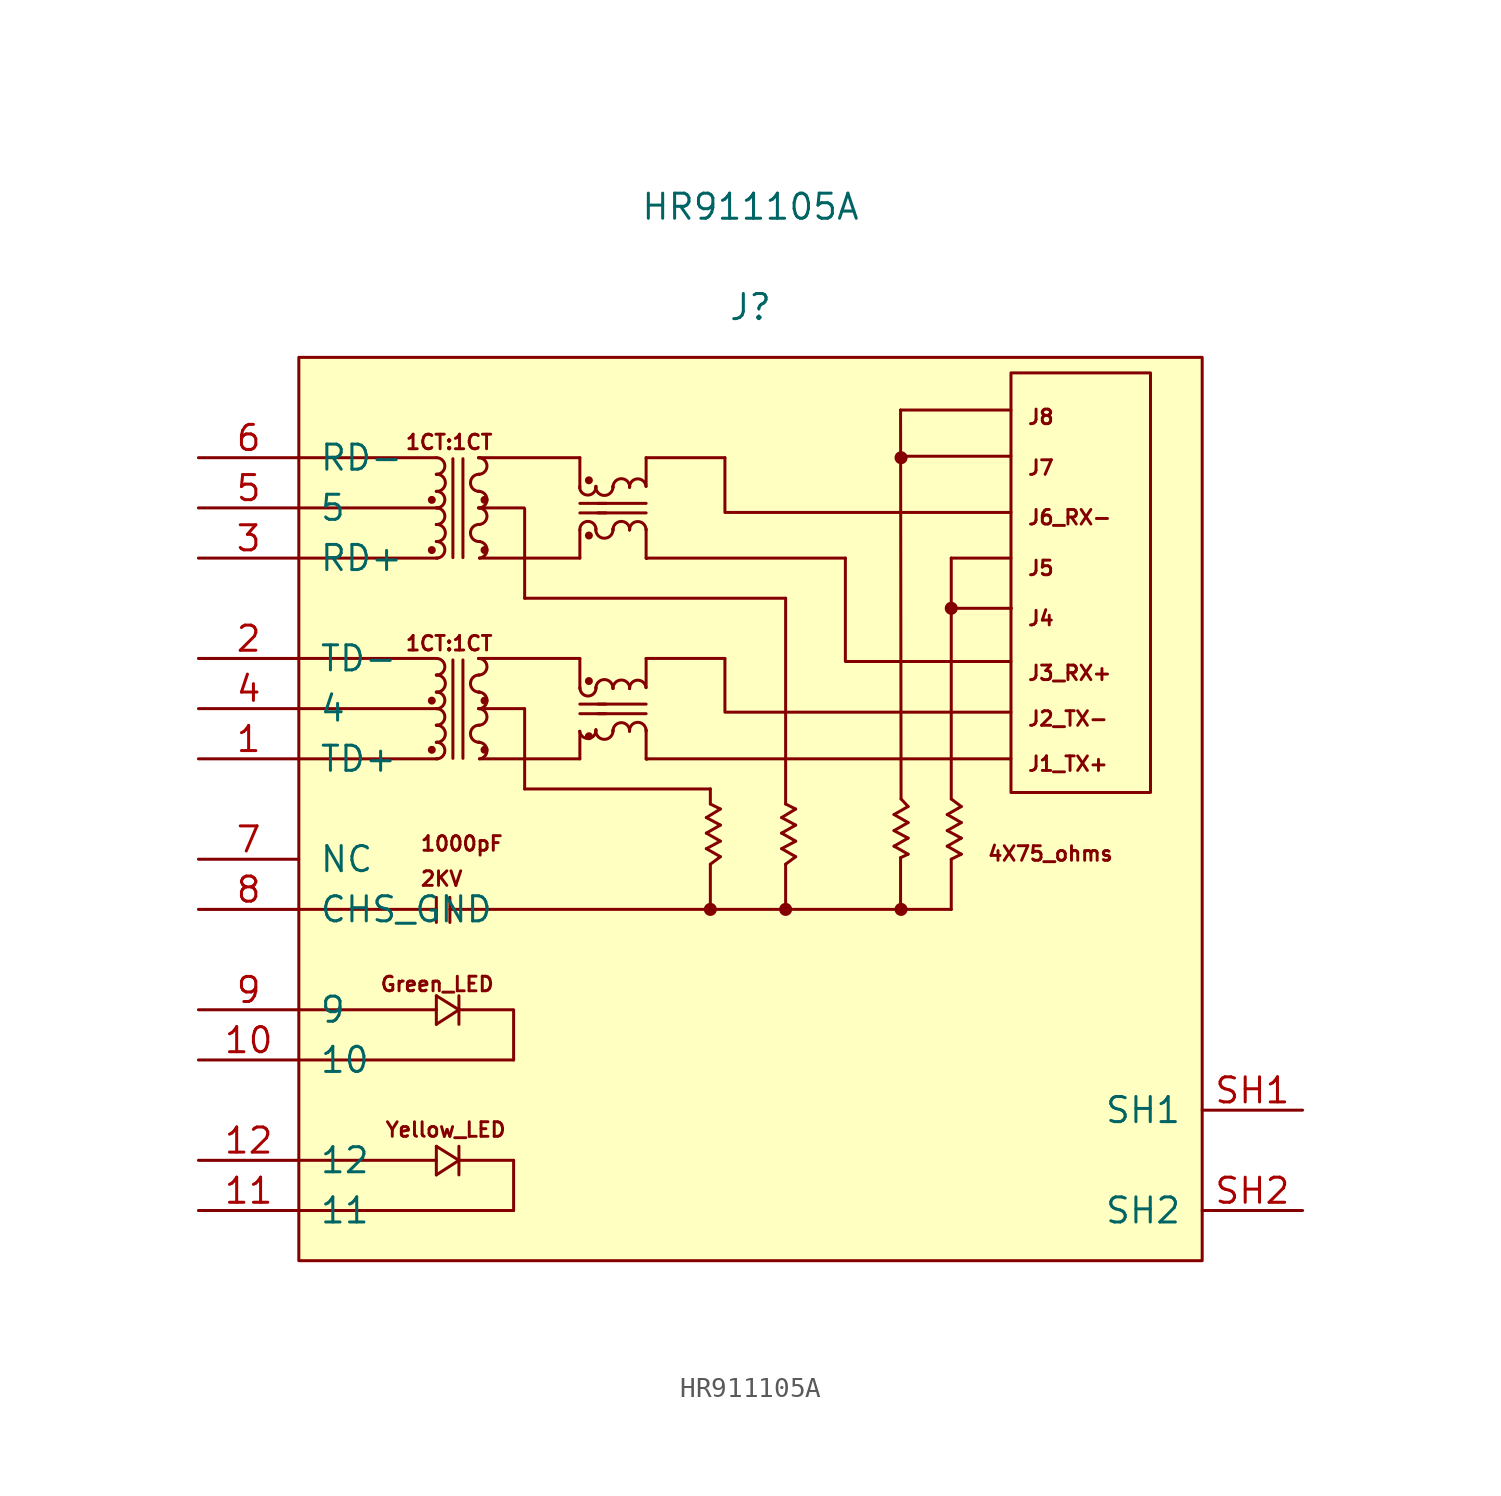
<source format=kicad_sym>
(kicad_symbol_lib
  (version 20220914)
  (generator kicad_symbol_editor)
  (symbol "HR911105A"
    (pin_names
      (offset 1.016))
    (property "Reference" "J"
      (at 0 25.4 0)
      (effects (font (size 1.27 1.27))))
    (property "Value" "HR911105A"
      (at 0 30.48 0)
      (effects (font (size 1.27 1.27))))
    (symbol "HR911105A_1_1"
      (rectangle (start -22.86 22.86) (end 22.86 -22.86) (stroke (width 0.152) (type solid)) (fill (type background)))
      (circle (center -16.129 2.997) (radius 0.127) (stroke (width 0.152) (type solid)) (fill (type outline)))
      (circle (center -16.129 5.486) (radius 0.127) (stroke (width 0.152) (type solid)) (fill (type outline)))
      (circle (center -16.129 13.106) (radius 0.127) (stroke (width 0.152) (type solid)) (fill (type outline)))
      (circle (center -16.129 15.646) (radius 0.127) (stroke (width 0.152) (type solid)) (fill (type outline)))
      (arc (start -15.9004 2.54) (mid -15.875 2.5392) (end -15.8496 2.54) (stroke (width 0.1524) (type solid)) (fill (type none)))
      (arc (start -15.9004 3.3782) (mid -15.875 3.3775) (end -15.8496 3.3782) (stroke (width 0.1524) (type solid)) (fill (type none)))
      (arc (start -15.9004 4.2418) (mid -15.875 4.241) (end -15.8496 4.2418) (stroke (width 0.1524) (type solid)) (fill (type none)))
      (arc (start -15.9004 5.08) (mid -15.875 5.0792) (end -15.8496 5.08) (stroke (width 0.1524) (type solid)) (fill (type none)))
      (arc (start -15.9004 5.9182) (mid -15.875 5.9175) (end -15.8496 5.9182) (stroke (width 0.1524) (type solid)) (fill (type none)))
      (arc (start -15.9004 6.7818) (mid -15.875 6.781) (end -15.8496 6.7818) (stroke (width 0.1524) (type solid)) (fill (type none)))
      (arc (start -15.9004 12.7) (mid -15.875 12.6992) (end -15.8496 12.7) (stroke (width 0.1524) (type solid)) (fill (type none)))
      (arc (start -15.9004 13.5382) (mid -15.875 13.5375) (end -15.8496 13.5382) (stroke (width 0.1524) (type solid)) (fill (type none)))
      (arc (start -15.9004 14.4018) (mid -15.875 14.401) (end -15.8496 14.4018) (stroke (width 0.1524) (type solid)) (fill (type none)))
      (arc (start -15.9004 15.24) (mid -15.875 15.2392) (end -15.8496 15.24) (stroke (width 0.1524) (type solid)) (fill (type none)))
      (arc (start -15.9004 16.0782) (mid -15.875 16.0775) (end -15.8496 16.0782) (stroke (width 0.1524) (type solid)) (fill (type none)))
      (arc (start -15.9004 16.9418) (mid -15.875 16.941) (end -15.8496 16.9418) (stroke (width 0.1524) (type solid)) (fill (type none)))
      (arc (start -15.8496 2.54) (mid -15.4686 2.9711) (end -15.9004 3.3782) (stroke (width 0.1524) (type solid)) (fill (type none)))
      (arc (start -15.8496 3.3782) (mid -15.445 3.8353) (end -15.9004 4.2418) (stroke (width 0.1524) (type solid)) (fill (type none)))
      (arc (start -15.8496 4.2418) (mid -15.4686 4.6729) (end -15.9004 5.08) (stroke (width 0.1524) (type solid)) (fill (type none)))
      (arc (start -15.8496 5.08) (mid -15.4686 5.5111) (end -15.9004 5.9182) (stroke (width 0.1524) (type solid)) (fill (type none)))
      (arc (start -15.8496 5.9182) (mid -15.445 6.3753) (end -15.9004 6.7818) (stroke (width 0.1524) (type solid)) (fill (type none)))
      (arc (start -15.8496 6.7818) (mid -15.4686 7.2129) (end -15.9004 7.62) (stroke (width 0.1524) (type solid)) (fill (type none)))
      (arc (start -15.8496 12.7) (mid -15.4686 13.1311) (end -15.9004 13.5382) (stroke (width 0.1524) (type solid)) (fill (type none)))
      (arc (start -15.8496 13.5382) (mid -15.445 13.9953) (end -15.9004 14.4018) (stroke (width 0.1524) (type solid)) (fill (type none)))
      (arc (start -15.8496 14.4018) (mid -15.4686 14.8329) (end -15.9004 15.24) (stroke (width 0.1524) (type solid)) (fill (type none)))
      (arc (start -15.8496 15.24) (mid -15.4686 15.6711) (end -15.9004 16.0782) (stroke (width 0.1524) (type solid)) (fill (type none)))
      (arc (start -15.8496 16.0782) (mid -15.445 16.5353) (end -15.9004 16.9418) (stroke (width 0.1524) (type solid)) (fill (type none)))
      (arc (start -15.8496 16.9418) (mid -15.4686 17.3729) (end -15.9004 17.78) (stroke (width 0.1524) (type solid)) (fill (type none)))
      (arc (start -13.7668 4.2418) (mid -14.1714 3.7847) (end -13.716 3.3782) (stroke (width 0.1524) (type solid)) (fill (type none)))
      (arc (start -13.7668 6.7818) (mid -14.1714 6.3247) (end -13.716 5.9182) (stroke (width 0.1524) (type solid)) (fill (type none)))
      (arc (start -13.7668 14.4018) (mid -14.1714 13.9447) (end -13.716 13.5382) (stroke (width 0.1524) (type solid)) (fill (type none)))
      (arc (start -13.7668 16.9418) (mid -14.1714 16.4847) (end -13.716 16.0782) (stroke (width 0.1524) (type solid)) (fill (type none)))
      (arc (start -13.716 2.54) (mid -13.335 2.9711) (end -13.7668 3.3782) (stroke (width 0.1524) (type solid)) (fill (type none)))
      (arc (start -13.716 3.3782) (mid -13.7414 3.3789) (end -13.7668 3.3782) (stroke (width 0.1524) (type solid)) (fill (type none)))
      (arc (start -13.716 4.2418) (mid -13.7414 4.2425) (end -13.7668 4.2418) (stroke (width 0.1524) (type solid)) (fill (type none)))
      (arc (start -13.716 4.2418) (mid -13.335 4.6729) (end -13.7668 5.08) (stroke (width 0.1524) (type solid)) (fill (type none)))
      (arc (start -13.716 5.08) (mid -13.7414 5.0807) (end -13.7668 5.08) (stroke (width 0.1524) (type solid)) (fill (type none)))
      (arc (start -13.716 5.08) (mid -13.335 5.5111) (end -13.7668 5.9182) (stroke (width 0.1524) (type solid)) (fill (type none)))
      (arc (start -13.716 5.9182) (mid -13.7414 5.9189) (end -13.7668 5.9182) (stroke (width 0.1524) (type solid)) (fill (type none)))
      (arc (start -13.716 6.7818) (mid -13.7414 6.7825) (end -13.7668 6.7818) (stroke (width 0.1524) (type solid)) (fill (type none)))
      (arc (start -13.716 6.7818) (mid -13.335 7.2129) (end -13.7668 7.62) (stroke (width 0.1524) (type solid)) (fill (type none)))
      (arc (start -13.716 7.62) (mid -13.7414 7.6207) (end -13.7668 7.62) (stroke (width 0.1524) (type solid)) (fill (type none)))
      (arc (start -13.716 12.7) (mid -13.335 13.1311) (end -13.7668 13.5382) (stroke (width 0.1524) (type solid)) (fill (type none)))
      (arc (start -13.716 13.5382) (mid -13.7414 13.5389) (end -13.7668 13.5382) (stroke (width 0.1524) (type solid)) (fill (type none)))
      (arc (start -13.716 14.4018) (mid -13.7414 14.4025) (end -13.7668 14.4018) (stroke (width 0.1524) (type solid)) (fill (type none)))
      (arc (start -13.716 14.4018) (mid -13.335 14.8329) (end -13.7668 15.24) (stroke (width 0.1524) (type solid)) (fill (type none)))
      (arc (start -13.716 15.24) (mid -13.7414 15.2407) (end -13.7668 15.24) (stroke (width 0.1524) (type solid)) (fill (type none)))
      (arc (start -13.716 15.24) (mid -13.335 15.6711) (end -13.7668 16.0782) (stroke (width 0.1524) (type solid)) (fill (type none)))
      (arc (start -13.716 16.0782) (mid -13.7414 16.0789) (end -13.7668 16.0782) (stroke (width 0.1524) (type solid)) (fill (type none)))
      (arc (start -13.716 16.9418) (mid -13.7414 16.9425) (end -13.7668 16.9418) (stroke (width 0.1524) (type solid)) (fill (type none)))
      (arc (start -13.716 16.9418) (mid -13.335 17.3729) (end -13.7668 17.78) (stroke (width 0.1524) (type solid)) (fill (type none)))
      (arc (start -13.716 17.78) (mid -13.7414 17.7807) (end -13.7668 17.78) (stroke (width 0.1524) (type solid)) (fill (type none)))
      (circle (center -13.462 2.997) (radius 0.127) (stroke (width 0.152) (type solid)) (fill (type outline)))
      (circle (center -13.462 5.486) (radius 0.127) (stroke (width 0.152) (type solid)) (fill (type outline)))
      (circle (center -13.462 13.106) (radius 0.127) (stroke (width 0.152) (type solid)) (fill (type outline)))
      (circle (center -13.462 15.646) (radius 0.127) (stroke (width 0.152) (type solid)) (fill (type outline)))
      (arc (start -8.636 3.937) (mid -8.1914 3.58) (end -7.8232 4.0132) (stroke (width 0.1524) (type solid)) (fill (type none)))
      (arc (start -8.636 6.096) (mid -8.2044 5.7168) (end -7.8232 6.1468) (stroke (width 0.1524) (type solid)) (fill (type none)))
      (arc (start -8.636 6.1468) (mid -8.6368 6.1214) (end -8.636 6.096) (stroke (width 0.1524) (type solid)) (fill (type none)))
      (arc (start -8.636 16.256) (mid -8.1914 15.899) (end -7.8232 16.3322) (stroke (width 0.1524) (type solid)) (fill (type none)))
      (arc (start -8.636 16.3322) (mid -8.6366 16.2942) (end -8.636 16.256) (stroke (width 0.1524) (type solid)) (fill (type none)))
      (circle (center -8.179 3.683) (radius 0.127) (stroke (width 0.152) (type solid)) (fill (type outline)))
      (circle (center -8.179 6.477) (radius 0.127) (stroke (width 0.152) (type solid)) (fill (type outline)))
      (circle (center -8.179 13.843) (radius 0.127) (stroke (width 0.152) (type solid)) (fill (type outline)))
      (circle (center -8.179 16.637) (radius 0.127) (stroke (width 0.152) (type solid)) (fill (type outline)))
      (arc (start -7.8232 3.937) (mid -7.8202 3.9751) (end -7.8232 4.0132) (stroke (width 0.1524) (type solid)) (fill (type none)))
      (arc (start -7.8232 3.937) (mid -7.366 3.5306) (end -6.9596 3.9878) (stroke (width 0.1524) (type solid)) (fill (type none)))
      (arc (start -7.8232 6.1468) (mid -7.8238 6.1341) (end -7.8232 6.1214) (stroke (width 0.1524) (type solid)) (fill (type none)))
      (arc (start -7.8232 14.1224) (mid -7.8226 14.1604) (end -7.8232 14.1986) (stroke (width 0.1524) (type solid)) (fill (type none)))
      (arc (start -7.8232 14.1224) (mid -7.366 13.716) (end -6.9596 14.1732) (stroke (width 0.1524) (type solid)) (fill (type none)))
      (arc (start -7.8232 14.1986) (mid -8.2678 14.5556) (end -8.636 14.1224) (stroke (width 0.1524) (type solid)) (fill (type none)))
      (arc (start -7.8232 16.2814) (mid -7.366 15.875) (end -6.9596 16.3322) (stroke (width 0.1524) (type solid)) (fill (type none)))
      (arc (start -7.8232 16.3322) (mid -7.8239 16.3068) (end -7.8232 16.2814) (stroke (width 0.1524) (type solid)) (fill (type none)))
      (arc (start -6.9596 3.937) (mid -6.9589 3.9624) (end -6.9596 3.9878) (stroke (width 0.1524) (type solid)) (fill (type none)))
      (arc (start -6.9596 6.1468) (mid -7.4041 6.5538) (end -7.8232 6.1214) (stroke (width 0.1524) (type solid)) (fill (type none)))
      (arc (start -6.9596 6.1468) (mid -6.9603 6.1214) (end -6.9596 6.096) (stroke (width 0.1524) (type solid)) (fill (type none)))
      (arc (start -6.9596 14.1224) (mid -6.9589 14.1478) (end -6.9596 14.1732) (stroke (width 0.1524) (type solid)) (fill (type none)))
      (arc (start -6.9596 16.3322) (mid -6.9603 16.3068) (end -6.9596 16.2814) (stroke (width 0.1524) (type solid)) (fill (type none)))
      (arc (start -6.1214 3.937) (mid -6.1208 3.975) (end -6.1214 4.0132) (stroke (width 0.1524) (type solid)) (fill (type none)))
      (arc (start -6.1214 4.0132) (mid -6.5652 4.3702) (end -6.9596 3.937) (stroke (width 0.1524) (type solid)) (fill (type none)))
      (arc (start -6.1214 6.1468) (mid -6.5525 6.5278) (end -6.9596 6.096) (stroke (width 0.1524) (type solid)) (fill (type none)))
      (arc (start -6.1214 6.1468) (mid -6.1221 6.1214) (end -6.1214 6.096) (stroke (width 0.1524) (type solid)) (fill (type none)))
      (arc (start -6.1214 14.1224) (mid -6.1206 14.1478) (end -6.1214 14.1732) (stroke (width 0.1524) (type solid)) (fill (type none)))
      (arc (start -6.1214 14.1732) (mid -6.5525 14.5542) (end -6.9596 14.1224) (stroke (width 0.1524) (type solid)) (fill (type none)))
      (arc (start -6.1214 16.3322) (mid -6.5525 16.7132) (end -6.9596 16.2814) (stroke (width 0.1524) (type solid)) (fill (type none)))
      (arc (start -6.1214 16.3322) (mid -6.1221 16.3068) (end -6.1214 16.2814) (stroke (width 0.1524) (type solid)) (fill (type none)))
      (arc (start -5.2832 3.937) (mid -5.2802 3.9751) (end -5.2832 4.0132) (stroke (width 0.1524) (type solid)) (fill (type none)))
      (arc (start -5.2832 4.0132) (mid -5.7402 4.3916) (end -6.1214 3.937) (stroke (width 0.1524) (type solid)) (fill (type none)))
      (arc (start -5.2832 6.1468) (mid -5.7143 6.5278) (end -6.1214 6.096) (stroke (width 0.1524) (type solid)) (fill (type none)))
      (arc (start -5.2832 14.1224) (mid -5.2824 14.1478) (end -5.2832 14.1732) (stroke (width 0.1524) (type solid)) (fill (type none)))
      (arc (start -5.2832 14.1732) (mid -5.7143 14.5542) (end -6.1214 14.1224) (stroke (width 0.1524) (type solid)) (fill (type none)))
      (arc (start -5.2832 16.3322) (mid -5.7143 16.7132) (end -6.1214 16.2814) (stroke (width 0.1524) (type solid)) (fill (type none)))
      (circle (center -2.032 -5.08) (radius 0.254) (stroke (width 0.152) (type solid)) (fill (type outline)))
      (polyline (pts (xy -15.9 -17.78) (xy -22.86 -17.78)) (stroke (width 0.152) (type solid)) (fill (type none)))
      (polyline (pts (xy -15.9 -17.069) (xy -15.9 -18.517)) (stroke (width 0.152) (type solid)) (fill (type none)))
      (polyline (pts (xy -15.9 -10.16) (xy -22.86 -10.16)) (stroke (width 0.152) (type solid)) (fill (type none)))
      (polyline (pts (xy -15.9 -9.449) (xy -15.9 -10.897)) (stroke (width 0.152) (type solid)) (fill (type none)))
      (polyline (pts (xy -15.9 -5.08) (xy -22.86 -5.08)) (stroke (width 0.152) (type solid)) (fill (type none)))
      (polyline (pts (xy -15.9 -4.47) (xy -15.9 -5.74)) (stroke (width 0.152) (type solid)) (fill (type none)))
      (polyline (pts (xy -15.9 2.54) (xy -22.86 2.54)) (stroke (width 0.152) (type solid)) (fill (type none)))
      (polyline (pts (xy -15.9 5.08) (xy -22.86 5.08)) (stroke (width 0.152) (type solid)) (fill (type none)))
      (polyline (pts (xy -15.9 7.62) (xy -22.86 7.62)) (stroke (width 0.152) (type solid)) (fill (type none)))
      (polyline (pts (xy -15.9 12.7) (xy -22.86 12.7)) (stroke (width 0.152) (type solid)) (fill (type none)))
      (polyline (pts (xy -15.9 15.24) (xy -22.86 15.24)) (stroke (width 0.152) (type solid)) (fill (type none)))
      (polyline (pts (xy -15.9 17.78) (xy -22.86 17.78)) (stroke (width 0.152) (type solid)) (fill (type none)))
      (polyline (pts (xy -15.215 -4.47) (xy -15.215 -5.74)) (stroke (width 0.152) (type solid)) (fill (type none)))
      (polyline (pts (xy -15.062 7.544) (xy -15.062 2.565)) (stroke (width 0.152) (type solid)) (fill (type none)))
      (polyline (pts (xy -15.062 17.729) (xy -15.062 12.725)) (stroke (width 0.152) (type solid)) (fill (type none)))
      (polyline (pts (xy -14.757 -17.78) (xy -15.9 -18.517)) (stroke (width 0.152) (type solid)) (fill (type none)))
      (polyline (pts (xy -14.757 -17.78) (xy -15.9 -17.069)) (stroke (width 0.152) (type solid)) (fill (type none)))
      (polyline (pts (xy -14.757 -17.78) (xy -11.989 -17.78)) (stroke (width 0.152) (type solid)) (fill (type none)))
      (polyline (pts (xy -14.757 -17.069) (xy -14.757 -18.517)) (stroke (width 0.152) (type solid)) (fill (type none)))
      (polyline (pts (xy -14.757 -10.16) (xy -15.9 -10.897)) (stroke (width 0.152) (type solid)) (fill (type none)))
      (polyline (pts (xy -14.757 -10.16) (xy -15.9 -9.449)) (stroke (width 0.152) (type solid)) (fill (type none)))
      (polyline (pts (xy -14.757 -9.449) (xy -14.757 -10.897)) (stroke (width 0.152) (type solid)) (fill (type none)))
      (polyline (pts (xy -14.554 7.544) (xy -14.554 2.565)) (stroke (width 0.152) (type solid)) (fill (type none)))
      (polyline (pts (xy -14.554 17.729) (xy -14.554 12.725)) (stroke (width 0.152) (type solid)) (fill (type none)))
      (polyline (pts (xy -13.716 2.54) (xy -8.636 2.54)) (stroke (width 0.152) (type solid)) (fill (type none)))
      (polyline (pts (xy -13.716 5.08) (xy -11.455 5.08)) (stroke (width 0.152) (type solid)) (fill (type none)))
      (polyline (pts (xy -13.716 7.62) (xy -8.636 7.62)) (stroke (width 0.152) (type solid)) (fill (type none)))
      (polyline (pts (xy -13.716 12.7) (xy -8.636 12.7)) (stroke (width 0.152) (type solid)) (fill (type none)))
      (polyline (pts (xy -13.716 15.24) (xy -11.455 15.24)) (stroke (width 0.152) (type solid)) (fill (type none)))
      (polyline (pts (xy -13.716 17.78) (xy -8.636 17.78)) (stroke (width 0.152) (type solid)) (fill (type none)))
      (polyline (pts (xy -11.989 -20.32) (xy -22.86 -20.32)) (stroke (width 0.152) (type solid)) (fill (type none)))
      (polyline (pts (xy -11.989 -17.78) (xy -11.989 -20.32)) (stroke (width 0.152) (type solid)) (fill (type none)))
      (polyline (pts (xy -11.989 -12.7) (xy -22.86 -12.7)) (stroke (width 0.152) (type solid)) (fill (type none)))
      (polyline (pts (xy -11.43 5.08) (xy -11.43 1.016)) (stroke (width 0.152) (type solid)) (fill (type none)))
      (polyline (pts (xy -11.43 10.668) (xy -11.43 15.189)) (stroke (width 0.152) (type solid)) (fill (type none)))
      (polyline (pts (xy -8.636 2.54) (xy -8.636 3.937)) (stroke (width 0.152) (type solid)) (fill (type none)))
      (polyline (pts (xy -8.636 4.826) (xy -7.315 4.826)) (stroke (width 0.152) (type solid)) (fill (type none)))
      (polyline (pts (xy -8.636 5.309) (xy -7.315 5.309)) (stroke (width 0.152) (type solid)) (fill (type none)))
      (polyline (pts (xy -8.636 6.147) (xy -8.636 7.62)) (stroke (width 0.152) (type solid)) (fill (type none)))
      (polyline (pts (xy -8.636 14.122) (xy -8.636 12.7)) (stroke (width 0.152) (type solid)) (fill (type none)))
      (polyline (pts (xy -8.636 14.986) (xy -7.315 14.986)) (stroke (width 0.152) (type solid)) (fill (type none)))
      (polyline (pts (xy -8.636 15.469) (xy -7.315 15.469)) (stroke (width 0.152) (type solid)) (fill (type none)))
      (polyline (pts (xy -8.636 17.78) (xy -8.636 16.332)) (stroke (width 0.152) (type solid)) (fill (type none)))
      (polyline (pts (xy -5.283 4.826) (xy -7.722 4.826)) (stroke (width 0.152) (type solid)) (fill (type none)))
      (polyline (pts (xy -5.283 5.309) (xy -7.722 5.309)) (stroke (width 0.152) (type solid)) (fill (type none)))
      (polyline (pts (xy -5.283 6.147) (xy -5.283 7.62)) (stroke (width 0.152) (type solid)) (fill (type none)))
      (polyline (pts (xy -5.283 7.62) (xy -1.295 7.62)) (stroke (width 0.152) (type solid)) (fill (type none)))
      (polyline (pts (xy -5.283 14.986) (xy -7.722 14.986)) (stroke (width 0.152) (type solid)) (fill (type none)))
      (polyline (pts (xy -5.283 15.469) (xy -7.722 15.469)) (stroke (width 0.152) (type solid)) (fill (type none)))
      (polyline (pts (xy -5.283 16.332) (xy -5.283 17.78)) (stroke (width 0.152) (type solid)) (fill (type none)))
      (polyline (pts (xy -5.283 17.78) (xy -1.295 17.78)) (stroke (width 0.152) (type solid)) (fill (type none)))
      (polyline (pts (xy -2.032 -2.794) (xy -2.032 -5.08)) (stroke (width 0.152) (type solid)) (fill (type none)))
      (polyline (pts (xy -2.032 1.016) (xy -11.43 1.016)) (stroke (width 0.152) (type solid)) (fill (type none)))
      (polyline (pts (xy -2.032 1.016) (xy -2.032 0.254)) (stroke (width 0.152) (type solid)) (fill (type none)))
      (polyline (pts (xy -1.524 -2.413) (xy -2.235 -2.007)) (stroke (width 0.152) (type solid)) (fill (type none)))
      (polyline (pts (xy -1.524 -2.413) (xy -2.032 -2.794)) (stroke (width 0.152) (type solid)) (fill (type none)))
      (polyline (pts (xy -1.524 -1.626) (xy -2.235 -2.007)) (stroke (width 0.152) (type solid)) (fill (type none)))
      (polyline (pts (xy -1.524 -1.626) (xy -2.235 -1.219)) (stroke (width 0.152) (type solid)) (fill (type none)))
      (polyline (pts (xy -1.524 -0.813) (xy -2.235 -1.219)) (stroke (width 0.152) (type solid)) (fill (type none)))
      (polyline (pts (xy -1.524 -0.813) (xy -2.235 -0.432)) (stroke (width 0.152) (type solid)) (fill (type none)))
      (polyline (pts (xy -1.524 0) (xy -2.235 -0.432)) (stroke (width 0.152) (type solid)) (fill (type none)))
      (polyline (pts (xy -1.524 0) (xy -2.032 0.254)) (stroke (width 0.152) (type solid)) (fill (type none)))
      (polyline (pts (xy 1.778 -2.794) (xy 1.778 -5.08)) (stroke (width 0.152) (type solid)) (fill (type none)))
      (polyline (pts (xy 1.778 0.254) (xy 1.778 10.668)) (stroke (width 0.152) (type solid)) (fill (type none)))
      (polyline (pts (xy 1.778 10.668) (xy -11.43 10.668)) (stroke (width 0.152) (type solid)) (fill (type none)))
      (polyline (pts (xy 2.286 -2.413) (xy 1.575 -2.007)) (stroke (width 0.152) (type solid)) (fill (type none)))
      (polyline (pts (xy 2.286 -2.413) (xy 1.778 -2.794)) (stroke (width 0.152) (type solid)) (fill (type none)))
      (polyline (pts (xy 2.286 -1.626) (xy 1.575 -2.007)) (stroke (width 0.152) (type solid)) (fill (type none)))
      (polyline (pts (xy 2.286 -1.626) (xy 1.575 -1.219)) (stroke (width 0.152) (type solid)) (fill (type none)))
      (polyline (pts (xy 2.286 -0.813) (xy 1.575 -1.219)) (stroke (width 0.152) (type solid)) (fill (type none)))
      (polyline (pts (xy 2.286 -0.813) (xy 1.575 -0.432)) (stroke (width 0.152) (type solid)) (fill (type none)))
      (polyline (pts (xy 2.286 0) (xy 1.575 -0.432)) (stroke (width 0.152) (type solid)) (fill (type none)))
      (polyline (pts (xy 2.286 0) (xy 1.778 0.254)) (stroke (width 0.152) (type solid)) (fill (type none)))
      (polyline (pts (xy 4.801 12.7) (xy -5.283 12.7)) (stroke (width 0.152) (type solid)) (fill (type none)))
      (polyline (pts (xy 7.595 -2.464) (xy 7.595 -5.08)) (stroke (width 0.152) (type solid)) (fill (type none)))
      (polyline (pts (xy 7.62 0.508) (xy 7.595 20.193)) (stroke (width 0.152) (type solid)) (fill (type none)))
      (polyline (pts (xy 7.976 -2.286) (xy 7.264 -1.88)) (stroke (width 0.152) (type solid)) (fill (type none)))
      (polyline (pts (xy 7.976 -2.286) (xy 7.595 -2.464)) (stroke (width 0.152) (type solid)) (fill (type none)))
      (polyline (pts (xy 7.976 -1.473) (xy 7.264 -1.88)) (stroke (width 0.152) (type solid)) (fill (type none)))
      (polyline (pts (xy 7.976 -1.473) (xy 7.264 -1.092)) (stroke (width 0.152) (type solid)) (fill (type none)))
      (polyline (pts (xy 7.976 -0.686) (xy 7.264 -1.092)) (stroke (width 0.152) (type solid)) (fill (type none)))
      (polyline (pts (xy 7.976 -0.686) (xy 7.264 -0.279)) (stroke (width 0.152) (type solid)) (fill (type none)))
      (polyline (pts (xy 7.976 0.127) (xy 7.264 -0.279)) (stroke (width 0.152) (type solid)) (fill (type none)))
      (polyline (pts (xy 7.976 0.127) (xy 7.62 0.508)) (stroke (width 0.152) (type solid)) (fill (type none)))
      (polyline (pts (xy 10.16 -5.08) (xy -15.215 -5.08)) (stroke (width 0.152) (type solid)) (fill (type none)))
      (polyline (pts (xy 10.16 -2.54) (xy 10.16 -5.08)) (stroke (width 0.152) (type solid)) (fill (type none)))
      (polyline (pts (xy 10.16 0.508) (xy 10.16 12.7)) (stroke (width 0.152) (type solid)) (fill (type none)))
      (polyline (pts (xy 10.16 12.7) (xy 13.183 12.7)) (stroke (width 0.152) (type solid)) (fill (type none)))
      (polyline (pts (xy 10.668 -2.286) (xy 9.957 -1.88)) (stroke (width 0.152) (type solid)) (fill (type none)))
      (polyline (pts (xy 10.668 -2.286) (xy 10.16 -2.54)) (stroke (width 0.152) (type solid)) (fill (type none)))
      (polyline (pts (xy 10.668 -1.473) (xy 9.957 -1.88)) (stroke (width 0.152) (type solid)) (fill (type none)))
      (polyline (pts (xy 10.668 -1.473) (xy 9.957 -1.092)) (stroke (width 0.152) (type solid)) (fill (type none)))
      (polyline (pts (xy 10.668 -0.686) (xy 9.957 -1.092)) (stroke (width 0.152) (type solid)) (fill (type none)))
      (polyline (pts (xy 10.668 -0.686) (xy 9.957 -0.279)) (stroke (width 0.152) (type solid)) (fill (type none)))
      (polyline (pts (xy 10.668 0.127) (xy 9.957 -0.279)) (stroke (width 0.152) (type solid)) (fill (type none)))
      (polyline (pts (xy 10.668 0.127) (xy 10.16 0.508)) (stroke (width 0.152) (type solid)) (fill (type none)))
      (polyline (pts (xy 13.183 2.54) (xy -5.283 2.54)) (stroke (width 0.152) (type solid)) (fill (type none)))
      (polyline (pts (xy 13.183 17.856) (xy 7.595 17.856)) (stroke (width 0.152) (type solid)) (fill (type none)))
      (polyline (pts (xy 13.183 20.193) (xy 7.595 20.193)) (stroke (width 0.152) (type solid)) (fill (type none)))
      (polyline (pts (xy 13.208 10.16) (xy 10.16 10.16)) (stroke (width 0.152) (type solid)) (fill (type none)))
      (polyline (pts (xy -14.757 -10.16) (xy -11.989 -10.16) (xy -11.989 -12.7)) (stroke (width 0.152) (type solid)) (fill (type none)))
      (polyline (pts (xy -5.283 3.962) (xy -5.283 2.54) (xy -5.258 2.515)) (stroke (width 0.152) (type solid)) (fill (type none)))
      (polyline (pts (xy -5.283 14.122) (xy -5.283 12.7) (xy -5.258 12.675)) (stroke (width 0.152) (type solid)) (fill (type none)))
      (polyline (pts (xy 13.183 4.902) (xy -1.295 4.902) (xy -1.295 7.62)) (stroke (width 0.152) (type solid)) (fill (type none)))
      (polyline (pts (xy 13.183 7.468) (xy 4.801 7.468) (xy 4.801 12.7)) (stroke (width 0.152) (type solid)) (fill (type none)))
      (polyline (pts (xy 13.183 15.011) (xy -1.295 15.011) (xy -1.295 17.78)) (stroke (width 0.152) (type solid)) (fill (type none)))
      (polyline (pts (xy 13.183 22.073) (xy 13.183 0.838) (xy 20.244 0.838) (xy 20.244 22.073) (xy 13.183 22.073)) (stroke (width 0.152) (type solid)) (fill (type none)))
      (circle (center 1.778 -5.08) (radius 0.254) (stroke (width 0.152) (type solid)) (fill (type outline)))
      (circle (center 7.62 -5.08) (radius 0.254) (stroke (width 0.152) (type solid)) (fill (type outline)))
      (circle (center 7.62 17.78) (radius 0.254) (stroke (width 0.152) (type solid)) (fill (type outline)))
      (circle (center 10.16 10.16) (radius 0.254) (stroke (width 0.152) (type solid)) (fill (type outline)))
      (text "1000pF" (at -16.764 -1.753 0) (effects (font (size 0.737 0.737) bold) (justify left)))
      (text "1CT:1CT" (at -17.526 8.382 0) (effects (font (size 0.737 0.737) bold) (justify left)))
      (text "1CT:1CT" (at -17.526 18.567 0) (effects (font (size 0.737 0.737) bold) (justify left)))
      (text "2KV" (at -16.764 -3.531 0) (effects (font (size 0.737 0.737) bold) (justify left)))
      (text "4X75_ohms" (at 11.938 -2.261 0) (effects (font (size 0.737 0.737) bold) (justify left)))
      (text "Green_LED" (at -18.796 -8.865 0) (effects (font (size 0.737 0.737) bold) (justify left)))
      (text "J1_TX+" (at 13.97 2.286 0) (effects (font (size 0.737 0.737) bold) (justify left)))
      (text "J2_TX-" (at 13.97 4.572 0) (effects (font (size 0.737 0.737) bold) (justify left)))
      (text "J3_RX+" (at 13.97 6.883 0) (effects (font (size 0.737 0.737) bold) (justify left)))
      (text "J4" (at 13.97 9.652 0) (effects (font (size 0.737 0.737) bold) (justify left)))
      (text "J5" (at 13.97 12.192 0) (effects (font (size 0.737 0.737) bold) (justify left)))
      (text "J6_RX-" (at 13.97 14.757 0) (effects (font (size 0.737 0.737) bold) (justify left)))
      (text "J7" (at 13.97 17.272 0) (effects (font (size 0.737 0.737) bold) (justify left)))
      (text "J8" (at 13.97 19.837 0) (effects (font (size 0.737 0.737) bold) (justify left)))
      (text "Yellow_LED" (at -18.542 -16.231 0) (effects (font (size 0.737 0.737) bold) (justify left)))
      (pin input line (at -27.94 2.54 0) (length 5.08) (name "TD+" (effects (font (size 1.27 1.27)))) (number "1" (effects (font (size 1.27 1.27)))))
      (pin input line (at -27.94 -12.7 0) (length 5.08) (name "10" (effects (font (size 1.27 1.27)))) (number "10" (effects (font (size 1.27 1.27)))))
      (pin input line (at -27.94 -20.32 0) (length 5.08) (name "11" (effects (font (size 1.27 1.27)))) (number "11" (effects (font (size 1.27 1.27)))))
      (pin input line (at -27.94 -17.78 0) (length 5.08) (name "12" (effects (font (size 1.27 1.27)))) (number "12" (effects (font (size 1.27 1.27)))))
      (pin input line (at -27.94 7.62 0) (length 5.08) (name "TD-" (effects (font (size 1.27 1.27)))) (number "2" (effects (font (size 1.27 1.27)))))
      (pin input line (at -27.94 12.7 0) (length 5.08) (name "RD+" (effects (font (size 1.27 1.27)))) (number "3" (effects (font (size 1.27 1.27)))))
      (pin input line (at -27.94 5.08 0) (length 5.08) (name "4" (effects (font (size 1.27 1.27)))) (number "4" (effects (font (size 1.27 1.27)))))
      (pin input line (at -27.94 15.24 0) (length 5.08) (name "5" (effects (font (size 1.27 1.27)))) (number "5" (effects (font (size 1.27 1.27)))))
      (pin input line (at -27.94 17.78 0) (length 5.08) (name "RD-" (effects (font (size 1.27 1.27)))) (number "6" (effects (font (size 1.27 1.27)))))
      (pin input line (at -27.94 -2.54 0) (length 5.08) (name "NC" (effects (font (size 1.27 1.27)))) (number "7" (effects (font (size 1.27 1.27)))))
      (pin input line (at -27.94 -5.08 0) (length 5.08) (name "CHS_GND" (effects (font (size 1.27 1.27)))) (number "8" (effects (font (size 1.27 1.27)))))
      (pin input line (at -27.94 -10.16 0) (length 5.08) (name "9" (effects (font (size 1.27 1.27)))) (number "9" (effects (font (size 1.27 1.27)))))
      (pin input line (at 27.94 -15.24 180) (length 5.08) (name "SH1" (effects (font (size 1.27 1.27)))) (number "SH1" (effects (font (size 1.27 1.27)))))
      (pin input line (at 27.94 -20.32 180) (length 5.08) (name "SH2" (effects (font (size 1.27 1.27)))) (number "SH2" (effects (font (size 1.27 1.27))))))))
</source>
